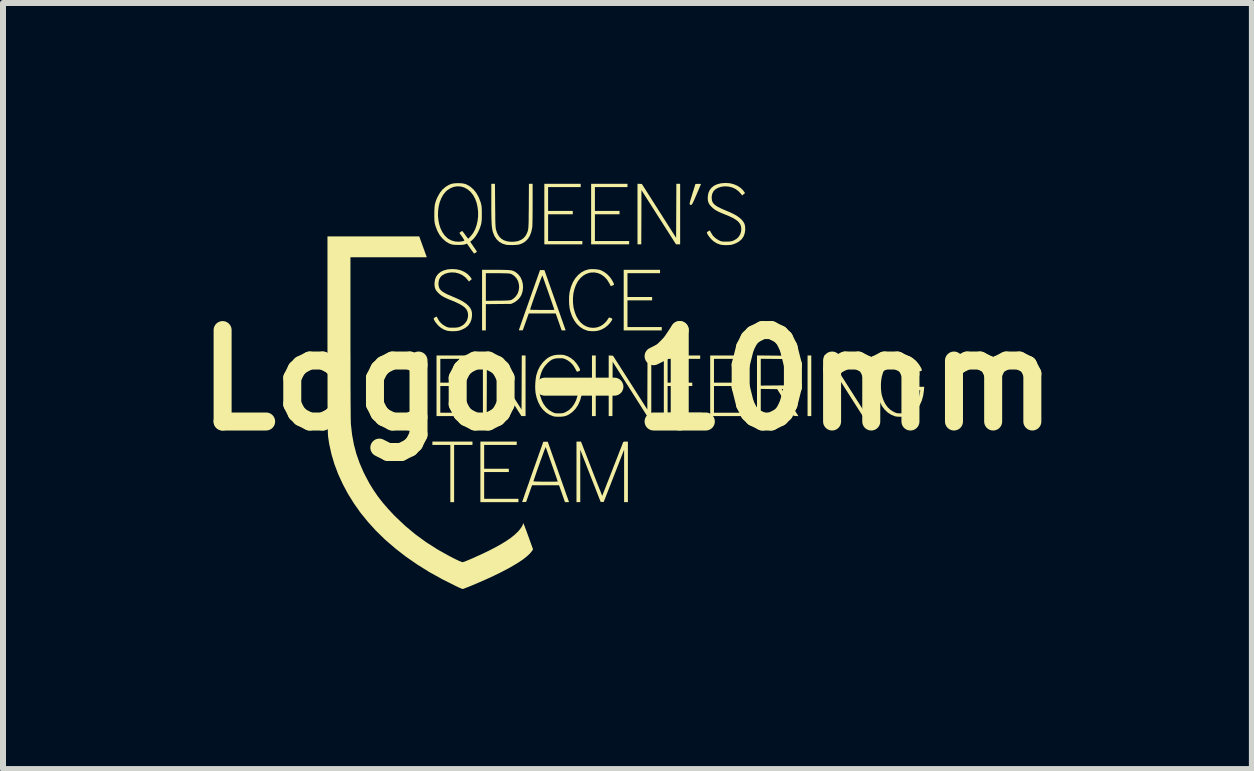
<source format=kicad_pcb>
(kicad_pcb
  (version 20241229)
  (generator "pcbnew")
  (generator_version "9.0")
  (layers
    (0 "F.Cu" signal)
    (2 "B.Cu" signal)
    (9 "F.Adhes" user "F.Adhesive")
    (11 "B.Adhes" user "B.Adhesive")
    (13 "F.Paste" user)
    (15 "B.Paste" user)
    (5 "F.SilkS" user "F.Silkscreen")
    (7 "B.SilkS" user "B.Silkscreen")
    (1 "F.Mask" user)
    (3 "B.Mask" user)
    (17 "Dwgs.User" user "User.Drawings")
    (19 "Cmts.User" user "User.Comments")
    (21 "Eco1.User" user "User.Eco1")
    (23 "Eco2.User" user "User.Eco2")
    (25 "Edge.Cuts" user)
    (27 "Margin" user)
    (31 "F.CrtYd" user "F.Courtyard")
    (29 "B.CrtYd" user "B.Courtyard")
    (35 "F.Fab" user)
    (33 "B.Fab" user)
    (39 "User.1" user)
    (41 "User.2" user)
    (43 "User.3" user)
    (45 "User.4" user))
  (footprint "Logo-10mm"
    (layer "F.Cu")
    (at 7.41 3.287)
    (property "Reference" "Logo-10mm" (at 0 0 0) (layer "F.SilkS") (effects (font (size 1.524 1.524) (thickness 0.3))))
    (attr board_only exclude_from_pos_files exclude_from_bom)
    (fp_poly (pts (xy -0.529 0.599) (xy -0.592 0.599) (xy -0.592 -0.411) (xy -0.529 -0.411)) (stroke (width 0) (type solid)) (fill yes) (layer "F.SilkS"))
    (fp_poly (pts (xy 3.064 0.599) (xy 3.002 0.599) (xy 3.002 -0.411) (xy 3.064 -0.411)) (stroke (width 0) (type solid)) (fill yes) (layer "F.SilkS"))
    (fp_poly (pts (xy -2.584 1.08) (xy -2.89 1.08) (xy -2.89 2.034) (xy -2.953 2.034) (xy -2.953 1.08) (xy -3.252 1.08) (xy -3.252 1.024) (xy -2.584 1.024)) (stroke (width 0) (type solid)) (fill yes) (layer "F.SilkS"))
    (fp_poly (pts (xy -2.577 -0.355) (xy -3.12 -0.355) (xy -3.12 0.042) (xy -2.709 0.042) (xy -2.709 0.098) (xy -3.12 0.098) (xy -3.12 0.543) (xy -2.549 0.543) (xy -2.549 0.599) (xy -3.183 0.599) (xy -3.183 -0.411) (xy -2.577 -0.411)) (stroke (width 0) (type solid)) (fill yes) (layer "F.SilkS"))
    (fp_poly (pts (xy -2.337 -0.407) (xy -1.766 0.49) (xy -1.762 -0.411) (xy -1.699 -0.411) (xy -1.699 0.599) (xy -1.768 0.599) (xy -2.056 0.147) (xy -2.344 -0.306) (xy -2.345 0.147) (xy -2.347 0.599) (xy -2.41 0.599) (xy -2.41 -0.412)) (stroke (width 0) (type solid)) (fill yes) (layer "F.SilkS"))
    (fp_poly (pts (xy -1.846 1.08) (xy -2.389 1.08) (xy -2.389 1.477) (xy -1.978 1.477) (xy -1.978 1.532) (xy -2.389 1.532) (xy -2.389 1.978) (xy -1.818 1.978) (xy -1.818 2.034) (xy -2.452 2.034) (xy -2.452 1.024) (xy -1.846 1.024)) (stroke (width 0) (type solid)) (fill yes) (layer "F.SilkS"))
    (fp_poly (pts (xy -0.78 -3.218) (xy -1.323 -3.218) (xy -1.323 -2.821) (xy -0.912 -2.821) (xy -0.912 -2.765) (xy -1.323 -2.765) (xy -1.323 -2.319) (xy -0.752 -2.319) (xy -0.752 -2.264) (xy -1.386 -2.264) (xy -1.386 -3.273) (xy -0.78 -3.273)) (stroke (width 0) (type solid)) (fill yes) (layer "F.SilkS"))
    (fp_poly (pts (xy 0 -3.218) (xy -0.543 -3.218) (xy -0.543 -2.821) (xy -0.132 -2.821) (xy -0.132 -2.765) (xy -0.543 -2.765) (xy -0.543 -2.319) (xy 0.028 -2.319) (xy 0.028 -2.264) (xy -0.606 -2.264) (xy -0.606 -3.273) (xy 0 -3.273)) (stroke (width 0) (type solid)) (fill yes) (layer "F.SilkS"))
    (fp_poly (pts (xy 0.543 -1.783) (xy 0 -1.783) (xy 0 -1.386) (xy 0.411 -1.386) (xy 0.411 -1.33) (xy 0 -1.33) (xy 0 -0.885) (xy 0.571 -0.885) (xy 0.571 -0.829) (xy -0.063 -0.829) (xy -0.063 -1.839) (xy 0.543 -1.839)) (stroke (width 0) (type solid)) (fill yes) (layer "F.SilkS"))
    (fp_poly (pts (xy 1.212 -0.355) (xy 0.669 -0.355) (xy 0.669 0.042) (xy 1.08 0.042) (xy 1.08 0.098) (xy 0.669 0.098) (xy 0.669 0.543) (xy 1.24 0.543) (xy 1.24 0.599) (xy 0.606 0.599) (xy 0.606 -0.411) (xy 1.212 -0.411)) (stroke (width 0) (type solid)) (fill yes) (layer "F.SilkS"))
    (fp_poly (pts (xy 1.985 -0.355) (xy 1.442 -0.355) (xy 1.442 0.042) (xy 1.853 0.042) (xy 1.853 0.098) (xy 1.442 0.098) (xy 1.442 0.543) (xy 2.013 0.543) (xy 2.013 0.599) (xy 1.379 0.599) (xy 1.379 -0.411) (xy 1.985 -0.411)) (stroke (width 0) (type solid)) (fill yes) (layer "F.SilkS"))
    (fp_poly (pts (xy 3.353 -0.407) (xy 3.925 0.49) (xy 3.928 -0.411) (xy 3.991 -0.411) (xy 3.991 0.599) (xy 3.922 0.599) (xy 3.634 0.147) (xy 3.347 -0.306) (xy 3.345 0.147) (xy 3.343 0.599) (xy 3.28 0.599) (xy 3.28 -0.412)) (stroke (width 0) (type solid)) (fill yes) (layer "F.SilkS"))
    (fp_poly (pts (xy -0.241 -0.407) (xy 0.045 0.041) (xy 0.331 0.49) (xy 0.334 -0.411) (xy 0.397 -0.411) (xy 0.397 0.599) (xy 0.328 0.599) (xy 0.041 0.147) (xy -0.247 -0.306) (xy -0.249 0.147) (xy -0.251 0.599) (xy -0.313 0.599) (xy -0.313 -0.412)) (stroke (width 0) (type solid)) (fill yes) (layer "F.SilkS"))
    (fp_poly (pts (xy 0.204 -3.272) (xy 0.24 -3.27) (xy 0.811 -2.372) (xy 0.813 -2.823) (xy 0.815 -3.273) (xy 0.878 -3.273) (xy 0.878 -2.264) (xy 0.809 -2.264) (xy 0.521 -2.716) (xy 0.233 -3.168) (xy 0.232 -2.716) (xy 0.23 -2.264) (xy 0.167 -2.264) (xy 0.167 -3.274)) (stroke (width 0) (type solid)) (fill yes) (layer "F.SilkS"))
    (fp_poly (pts (xy 1.222 -3.27) (xy 1.225 -3.267) (xy 1.221 -3.259) (xy 1.213 -3.24) (xy 1.201 -3.211) (xy 1.186 -3.175) (xy 1.168 -3.133) (xy 1.149 -3.089) (xy 1.126 -3.036) (xy 1.108 -2.995) (xy 1.093 -2.964) (xy 1.082 -2.942) (xy 1.073 -2.928) (xy 1.064 -2.921) (xy 1.057 -2.92) (xy 1.049 -2.922) (xy 1.042 -2.927) (xy 1.038 -2.931) (xy 1.036 -2.936) (xy 1.036 -2.945) (xy 1.039 -2.959) (xy 1.044 -2.979) (xy 1.052 -3.008) (xy 1.064 -3.047) (xy 1.079 -3.097) (xy 1.081 -3.103) (xy 1.133 -3.27) (xy 1.18 -3.272) (xy 1.207 -3.272)) (stroke (width 0) (type solid)) (fill yes) (layer "F.SilkS"))
    (fp_poly (pts (xy -0.599 1.477) (xy -0.57 1.552) (xy -0.542 1.623) (xy -0.516 1.69) (xy -0.492 1.75) (xy -0.471 1.803) (xy -0.453 1.848) (xy -0.439 1.884) (xy -0.429 1.91) (xy -0.423 1.925) (xy -0.421 1.928) (xy -0.418 1.921) (xy -0.411 1.903) (xy -0.4 1.874) (xy -0.385 1.837) (xy -0.367 1.791) (xy -0.347 1.739) (xy -0.324 1.681) (xy -0.3 1.62) (xy -0.275 1.555) (xy -0.249 1.489) (xy -0.224 1.423) (xy -0.198 1.358) (xy -0.174 1.296) (xy -0.151 1.237) (xy -0.13 1.182) (xy -0.111 1.134) (xy -0.095 1.094) (xy -0.083 1.062) (xy -0.075 1.04) (xy -0.073 1.036) (xy -0.067 1.029) (xy -0.053 1.025) (xy -0.031 1.024) (xy 0.007 1.024) (xy 0.007 2.034) (xy -0.056 2.034) (xy -0.056 1.597) (xy -0.056 1.16) (xy -0.226 1.595) (xy -0.396 2.03) (xy -0.447 2.03) (xy -0.617 1.595) (xy -0.787 1.16) (xy -0.787 1.597) (xy -0.787 2.034) (xy -0.85 2.034) (xy -0.85 1.024) (xy -0.775 1.024)) (stroke (width 0) (type solid)) (fill yes) (layer "F.SilkS"))
    (fp_poly (pts (xy -2.123 -1.839) (xy -2.066 -1.838) (xy -2.02 -1.837) (xy -1.983 -1.835) (xy -1.954 -1.833) (xy -1.93 -1.829) (xy -1.91 -1.823) (xy -1.893 -1.816) (xy -1.877 -1.808) (xy -1.86 -1.797) (xy -1.855 -1.793) (xy -1.814 -1.757) (xy -1.781 -1.711) (xy -1.758 -1.658) (xy -1.744 -1.601) (xy -1.741 -1.542) (xy -1.748 -1.482) (xy -1.766 -1.425) (xy -1.77 -1.416) (xy -1.796 -1.374) (xy -1.832 -1.335) (xy -1.873 -1.304) (xy -1.896 -1.291) (xy -1.94 -1.271) (xy -2.15 -1.269) (xy -2.361 -1.267) (xy -2.361 -0.829) (xy -2.424 -0.829) (xy -2.424 -1.783) (xy -2.361 -1.783) (xy -2.361 -1.322) (xy -2.161 -1.325) (xy -2.101 -1.325) (xy -2.053 -1.326) (xy -2.015 -1.327) (xy -1.987 -1.329) (xy -1.966 -1.331) (xy -1.951 -1.333) (xy -1.94 -1.336) (xy -1.935 -1.338) (xy -1.898 -1.361) (xy -1.864 -1.394) (xy -1.837 -1.433) (xy -1.831 -1.444) (xy -1.813 -1.497) (xy -1.806 -1.55) (xy -1.811 -1.603) (xy -1.825 -1.652) (xy -1.85 -1.697) (xy -1.883 -1.734) (xy -1.924 -1.763) (xy -1.948 -1.773) (xy -1.961 -1.776) (xy -1.981 -1.778) (xy -2.009 -1.78) (xy -2.047 -1.781) (xy -2.096 -1.782) (xy -2.157 -1.783) (xy -2.168 -1.783) (xy -2.361 -1.783) (xy -2.424 -1.783) (xy -2.424 -1.839) (xy -2.191 -1.839)) (stroke (width 0) (type solid)) (fill yes) (layer "F.SilkS"))
    (fp_poly (pts (xy 2.65 -0.407) (xy 2.696 -0.385) (xy 2.741 -0.357) (xy 2.777 -0.322) (xy 2.807 -0.276) (xy 2.816 -0.259) (xy 2.826 -0.238) (xy 2.832 -0.22) (xy 2.836 -0.202) (xy 2.838 -0.179) (xy 2.838 -0.148) (xy 2.838 -0.132) (xy 2.838 -0.097) (xy 2.837 -0.072) (xy 2.834 -0.052) (xy 2.829 -0.036) (xy 2.821 -0.017) (xy 2.816 -0.006) (xy 2.784 0.044) (xy 2.742 0.086) (xy 2.693 0.118) (xy 2.639 0.139) (xy 2.61 0.145) (xy 2.571 0.15) (xy 2.672 0.313) (xy 2.701 0.36) (xy 2.73 0.407) (xy 2.756 0.45) (xy 2.78 0.489) (xy 2.799 0.52) (xy 2.811 0.538) (xy 2.849 0.6) (xy 2.81 0.598) (xy 2.77 0.595) (xy 2.496 0.15) (xy 2.359 0.148) (xy 2.222 0.146) (xy 2.222 0.599) (xy 2.159 0.599) (xy 2.159 -0.356) (xy 2.222 -0.356) (xy 2.222 0.091) (xy 2.425 0.089) (xy 2.629 0.087) (xy 2.665 0.068) (xy 2.701 0.044) (xy 2.729 0.014) (xy 2.753 -0.027) (xy 2.757 -0.035) (xy 2.767 -0.058) (xy 2.772 -0.081) (xy 2.774 -0.108) (xy 2.775 -0.132) (xy 2.774 -0.166) (xy 2.771 -0.191) (xy 2.764 -0.213) (xy 2.757 -0.23) (xy 2.733 -0.273) (xy 2.705 -0.305) (xy 2.671 -0.33) (xy 2.665 -0.333) (xy 2.629 -0.352) (xy 2.425 -0.354) (xy 2.222 -0.356) (xy 2.159 -0.356) (xy 2.159 -0.412)) (stroke (width 0) (type solid)) (fill yes) (layer "F.SilkS"))
    (fp_poly (pts (xy -2.206 -2.913) (xy -2.205 -2.83) (xy -2.204 -2.76) (xy -2.204 -2.702) (xy -2.203 -2.654) (xy -2.202 -2.615) (xy -2.2 -2.583) (xy -2.199 -2.559) (xy -2.197 -2.539) (xy -2.195 -2.524) (xy -2.192 -2.512) (xy -2.192 -2.509) (xy -2.171 -2.448) (xy -2.143 -2.399) (xy -2.107 -2.361) (xy -2.063 -2.333) (xy -2.01 -2.315) (xy -1.953 -2.307) (xy -1.885 -2.308) (xy -1.825 -2.318) (xy -1.773 -2.339) (xy -1.73 -2.369) (xy -1.697 -2.409) (xy -1.687 -2.427) (xy -1.679 -2.444) (xy -1.672 -2.459) (xy -1.666 -2.474) (xy -1.661 -2.49) (xy -1.657 -2.508) (xy -1.654 -2.529) (xy -1.651 -2.556) (xy -1.65 -2.588) (xy -1.648 -2.628) (xy -1.647 -2.676) (xy -1.647 -2.735) (xy -1.646 -2.804) (xy -1.645 -2.886) (xy -1.645 -2.903) (xy -1.643 -3.273) (xy -1.581 -3.273) (xy -1.581 -2.93) (xy -1.581 -2.858) (xy -1.582 -2.789) (xy -1.582 -2.725) (xy -1.583 -2.669) (xy -1.584 -2.621) (xy -1.585 -2.582) (xy -1.587 -2.555) (xy -1.588 -2.542) (xy -1.604 -2.469) (xy -1.628 -2.406) (xy -1.66 -2.355) (xy -1.7 -2.314) (xy -1.749 -2.283) (xy -1.781 -2.269) (xy -1.804 -2.262) (xy -1.83 -2.257) (xy -1.862 -2.254) (xy -1.904 -2.252) (xy -1.908 -2.252) (xy -1.945 -2.252) (xy -1.979 -2.253) (xy -2.008 -2.254) (xy -2.025 -2.257) (xy -2.086 -2.276) (xy -2.138 -2.306) (xy -2.181 -2.347) (xy -2.216 -2.399) (xy -2.238 -2.452) (xy -2.246 -2.476) (xy -2.252 -2.501) (xy -2.256 -2.529) (xy -2.261 -2.562) (xy -2.264 -2.601) (xy -2.266 -2.646) (xy -2.268 -2.7) (xy -2.269 -2.764) (xy -2.27 -2.838) (xy -2.27 -2.925) (xy -2.27 -2.961) (xy -2.27 -3.273) (xy -2.209 -3.273)) (stroke (width 0) (type solid)) (fill yes) (layer "F.SilkS"))
    (fp_poly (pts (xy -1.208 -1.334) (xy -1.18 -1.254) (xy -1.153 -1.178) (xy -1.128 -1.107) (xy -1.105 -1.041) (xy -1.084 -0.983) (xy -1.067 -0.933) (xy -1.052 -0.891) (xy -1.041 -0.86) (xy -1.034 -0.839) (xy -1.031 -0.831) (xy -1.031 -0.831) (xy -1.037 -0.83) (xy -1.053 -0.829) (xy -1.064 -0.829) (xy -1.097 -0.829) (xy -1.196 -1.111) (xy -1.646 -1.111) (xy -1.745 -0.832) (xy -1.778 -0.83) (xy -1.797 -0.83) (xy -1.809 -0.832) (xy -1.81 -0.834) (xy -1.808 -0.841) (xy -1.802 -0.86) (xy -1.791 -0.891) (xy -1.777 -0.931) (xy -1.76 -0.981) (xy -1.739 -1.039) (xy -1.717 -1.103) (xy -1.692 -1.174) (xy -1.691 -1.175) (xy -1.623 -1.175) (xy -1.616 -1.174) (xy -1.598 -1.173) (xy -1.57 -1.172) (xy -1.534 -1.171) (xy -1.493 -1.171) (xy -1.448 -1.17) (xy -1.402 -1.17) (xy -1.357 -1.17) (xy -1.315 -1.17) (xy -1.278 -1.17) (xy -1.249 -1.171) (xy -1.228 -1.172) (xy -1.219 -1.173) (xy -1.219 -1.173) (xy -1.221 -1.181) (xy -1.227 -1.199) (xy -1.237 -1.228) (xy -1.25 -1.265) (xy -1.265 -1.308) (xy -1.282 -1.357) (xy -1.3 -1.408) (xy -1.318 -1.461) (xy -1.337 -1.514) (xy -1.355 -1.565) (xy -1.372 -1.613) (xy -1.387 -1.656) (xy -1.4 -1.693) (xy -1.41 -1.721) (xy -1.417 -1.739) (xy -1.419 -1.745) (xy -1.422 -1.74) (xy -1.429 -1.724) (xy -1.439 -1.697) (xy -1.453 -1.662) (xy -1.468 -1.621) (xy -1.485 -1.574) (xy -1.503 -1.524) (xy -1.522 -1.471) (xy -1.541 -1.419) (xy -1.559 -1.367) (xy -1.576 -1.319) (xy -1.591 -1.275) (xy -1.604 -1.237) (xy -1.614 -1.207) (xy -1.62 -1.186) (xy -1.623 -1.176) (xy -1.623 -1.175) (xy -1.691 -1.175) (xy -1.665 -1.249) (xy -1.637 -1.329) (xy -1.634 -1.337) (xy -1.458 -1.835) (xy -1.385 -1.835)) (stroke (width 0) (type solid)) (fill yes) (layer "F.SilkS"))
    (fp_poly (pts (xy -1.152 1.529) (xy -1.124 1.609) (xy -1.097 1.685) (xy -1.072 1.756) (xy -1.049 1.821) (xy -1.029 1.879) (xy -1.011 1.93) (xy -0.996 1.971) (xy -0.985 2.003) (xy -0.978 2.023) (xy -0.975 2.032) (xy -0.975 2.032) (xy -0.981 2.033) (xy -0.997 2.034) (xy -1.008 2.034) (xy -1.042 2.034) (xy -1.091 1.893) (xy -1.141 1.752) (xy -1.591 1.752) (xy -1.64 1.891) (xy -1.689 2.03) (xy -1.722 2.032) (xy -1.741 2.032) (xy -1.753 2.031) (xy -1.755 2.029) (xy -1.752 2.022) (xy -1.746 2.002) (xy -1.735 1.972) (xy -1.721 1.931) (xy -1.704 1.881) (xy -1.684 1.824) (xy -1.661 1.759) (xy -1.636 1.689) (xy -1.636 1.687) (xy -1.567 1.687) (xy -1.561 1.688) (xy -1.542 1.689) (xy -1.514 1.69) (xy -1.478 1.691) (xy -1.437 1.692) (xy -1.392 1.692) (xy -1.347 1.692) (xy -1.302 1.692) (xy -1.26 1.692) (xy -1.223 1.692) (xy -1.193 1.691) (xy -1.172 1.691) (xy -1.163 1.69) (xy -1.163 1.689) (xy -1.165 1.682) (xy -1.172 1.663) (xy -1.181 1.634) (xy -1.194 1.598) (xy -1.209 1.554) (xy -1.226 1.506) (xy -1.244 1.454) (xy -1.263 1.401) (xy -1.281 1.348) (xy -1.299 1.297) (xy -1.316 1.249) (xy -1.331 1.206) (xy -1.344 1.17) (xy -1.354 1.142) (xy -1.361 1.124) (xy -1.364 1.117) (xy -1.367 1.122) (xy -1.373 1.139) (xy -1.384 1.165) (xy -1.397 1.2) (xy -1.412 1.242) (xy -1.429 1.289) (xy -1.448 1.339) (xy -1.466 1.391) (xy -1.485 1.444) (xy -1.503 1.495) (xy -1.52 1.544) (xy -1.535 1.588) (xy -1.548 1.626) (xy -1.558 1.656) (xy -1.565 1.677) (xy -1.567 1.687) (xy -1.567 1.687) (xy -1.636 1.687) (xy -1.61 1.613) (xy -1.582 1.534) (xy -1.579 1.525) (xy -1.403 1.027) (xy -1.329 1.027)) (stroke (width 0) (type solid)) (fill yes) (layer "F.SilkS"))
    (fp_poly (pts (xy -0.513 -1.847) (xy -0.469 -1.84) (xy -0.444 -1.832) (xy -0.394 -1.807) (xy -0.346 -1.772) (xy -0.304 -1.731) (xy -0.288 -1.712) (xy -0.266 -1.68) (xy -0.248 -1.65) (xy -0.234 -1.623) (xy -0.226 -1.603) (xy -0.225 -1.592) (xy -0.233 -1.585) (xy -0.25 -1.577) (xy -0.253 -1.576) (xy -0.279 -1.568) (xy -0.304 -1.617) (xy -0.341 -1.676) (xy -0.385 -1.723) (xy -0.435 -1.759) (xy -0.489 -1.783) (xy -0.547 -1.795) (xy -0.607 -1.794) (xy -0.641 -1.787) (xy -0.693 -1.769) (xy -0.738 -1.742) (xy -0.782 -1.704) (xy -0.784 -1.702) (xy -0.827 -1.648) (xy -0.86 -1.585) (xy -0.885 -1.516) (xy -0.902 -1.442) (xy -0.909 -1.365) (xy -0.908 -1.287) (xy -0.899 -1.21) (xy -0.88 -1.137) (xy -0.854 -1.068) (xy -0.818 -1.007) (xy -0.78 -0.961) (xy -0.732 -0.92) (xy -0.679 -0.892) (xy -0.623 -0.876) (xy -0.566 -0.872) (xy -0.509 -0.879) (xy -0.455 -0.898) (xy -0.405 -0.929) (xy -0.36 -0.971) (xy -0.337 -1.001) (xy -0.324 -1.021) (xy -0.313 -1.037) (xy -0.309 -1.044) (xy -0.309 -1.044) (xy -0.302 -1.044) (xy -0.288 -1.04) (xy -0.271 -1.033) (xy -0.258 -1.027) (xy -0.254 -1.023) (xy -0.254 -1.012) (xy -0.263 -0.994) (xy -0.278 -0.971) (xy -0.298 -0.945) (xy -0.322 -0.92) (xy -0.323 -0.918) (xy -0.375 -0.875) (xy -0.434 -0.843) (xy -0.484 -0.826) (xy -0.521 -0.819) (xy -0.564 -0.816) (xy -0.609 -0.817) (xy -0.649 -0.821) (xy -0.669 -0.825) (xy -0.734 -0.85) (xy -0.793 -0.888) (xy -0.845 -0.937) (xy -0.889 -0.997) (xy -0.925 -1.067) (xy -0.953 -1.147) (xy -0.955 -1.153) (xy -0.965 -1.204) (xy -0.972 -1.264) (xy -0.974 -1.328) (xy -0.973 -1.392) (xy -0.967 -1.45) (xy -0.963 -1.477) (xy -0.94 -1.56) (xy -0.909 -1.634) (xy -0.87 -1.698) (xy -0.823 -1.752) (xy -0.77 -1.796) (xy -0.71 -1.828) (xy -0.65 -1.846) (xy -0.609 -1.851) (xy -0.561 -1.851)) (stroke (width 0) (type solid)) (fill yes) (layer "F.SilkS"))
    (fp_poly (pts (xy -1.098 -0.423) (xy -1.058 -0.419) (xy -1.052 -0.417) (xy -0.994 -0.397) (xy -0.939 -0.365) (xy -0.888 -0.323) (xy -0.845 -0.272) (xy -0.823 -0.239) (xy -0.805 -0.208) (xy -0.794 -0.186) (xy -0.79 -0.171) (xy -0.792 -0.161) (xy -0.801 -0.154) (xy -0.811 -0.15) (xy -0.828 -0.143) (xy -0.84 -0.14) (xy -0.841 -0.14) (xy -0.846 -0.146) (xy -0.855 -0.161) (xy -0.867 -0.183) (xy -0.868 -0.187) (xy -0.904 -0.246) (xy -0.948 -0.294) (xy -1 -0.332) (xy -1.015 -0.339) (xy -1.041 -0.352) (xy -1.061 -0.359) (xy -1.08 -0.364) (xy -1.103 -0.365) (xy -1.135 -0.365) (xy -1.185 -0.363) (xy -1.226 -0.355) (xy -1.262 -0.34) (xy -1.296 -0.317) (xy -1.333 -0.284) (xy -1.338 -0.279) (xy -1.379 -0.233) (xy -1.411 -0.184) (xy -1.436 -0.128) (xy -1.456 -0.063) (xy -1.457 -0.059) (xy -1.467 0.000286) (xy -1.472 0.067) (xy -1.472 0.136) (xy -1.466 0.202) (xy -1.457 0.253) (xy -1.432 0.33) (xy -1.4 0.396) (xy -1.359 0.452) (xy -1.311 0.497) (xy -1.262 0.527) (xy -1.236 0.54) (xy -1.216 0.548) (xy -1.197 0.552) (xy -1.173 0.553) (xy -1.143 0.554) (xy -1.11 0.553) (xy -1.086 0.551) (xy -1.066 0.547) (xy -1.045 0.539) (xy -1.028 0.531) (xy -0.974 0.498) (xy -0.927 0.453) (xy -0.887 0.397) (xy -0.855 0.332) (xy -0.832 0.257) (xy -0.82 0.193) (xy -0.816 0.167) (xy -1.093 0.167) (xy -1.093 0.111) (xy -0.75 0.111) (xy -0.755 0.169) (xy -0.768 0.26) (xy -0.791 0.342) (xy -0.824 0.415) (xy -0.866 0.478) (xy -0.918 0.531) (xy -0.935 0.544) (xy -0.975 0.572) (xy -1.013 0.591) (xy -1.054 0.603) (xy -1.102 0.609) (xy -1.128 0.61) (xy -1.18 0.61) (xy -1.22 0.606) (xy -1.235 0.603) (xy -1.3 0.577) (xy -1.358 0.54) (xy -1.41 0.491) (xy -1.454 0.432) (xy -1.489 0.364) (xy -1.516 0.288) (xy -1.533 0.209) (xy -1.537 0.158) (xy -1.538 0.1) (xy -1.536 0.039) (xy -1.53 -0.019) (xy -1.522 -0.07) (xy -1.519 -0.084) (xy -1.493 -0.163) (xy -1.458 -0.232) (xy -1.413 -0.293) (xy -1.393 -0.314) (xy -1.35 -0.354) (xy -1.308 -0.383) (xy -1.264 -0.403) (xy -1.228 -0.414) (xy -1.19 -0.421) (xy -1.144 -0.424)) (stroke (width 0) (type solid)) (fill yes) (layer "F.SilkS"))
    (fp_poly (pts (xy 4.599 -0.423) (xy 4.639 -0.419) (xy 4.645 -0.417) (xy 4.703 -0.397) (xy 4.758 -0.365) (xy 4.809 -0.323) (xy 4.852 -0.272) (xy 4.874 -0.239) (xy 4.892 -0.208) (xy 4.903 -0.186) (xy 4.907 -0.171) (xy 4.905 -0.161) (xy 4.896 -0.154) (xy 4.886 -0.15) (xy 4.869 -0.143) (xy 4.858 -0.14) (xy 4.856 -0.14) (xy 4.851 -0.146) (xy 4.842 -0.161) (xy 4.83 -0.183) (xy 4.829 -0.187) (xy 4.793 -0.246) (xy 4.749 -0.294) (xy 4.697 -0.332) (xy 4.682 -0.339) (xy 4.656 -0.352) (xy 4.636 -0.359) (xy 4.617 -0.364) (xy 4.594 -0.365) (xy 4.562 -0.365) (xy 4.512 -0.363) (xy 4.471 -0.355) (xy 4.435 -0.34) (xy 4.401 -0.317) (xy 4.364 -0.284) (xy 4.359 -0.279) (xy 4.318 -0.233) (xy 4.286 -0.184) (xy 4.261 -0.128) (xy 4.241 -0.063) (xy 4.24 -0.059) (xy 4.23 0.000286) (xy 4.225 0.067) (xy 4.225 0.136) (xy 4.231 0.202) (xy 4.24 0.253) (xy 4.265 0.33) (xy 4.297 0.396) (xy 4.338 0.452) (xy 4.386 0.497) (xy 4.435 0.527) (xy 4.461 0.54) (xy 4.481 0.548) (xy 4.501 0.552) (xy 4.524 0.553) (xy 4.555 0.554) (xy 4.587 0.553) (xy 4.611 0.551) (xy 4.631 0.547) (xy 4.652 0.539) (xy 4.669 0.531) (xy 4.723 0.498) (xy 4.77 0.453) (xy 4.81 0.397) (xy 4.842 0.332) (xy 4.865 0.257) (xy 4.878 0.193) (xy 4.881 0.167) (xy 4.604 0.167) (xy 4.604 0.111) (xy 4.947 0.111) (xy 4.942 0.169) (xy 4.929 0.26) (xy 4.906 0.342) (xy 4.873 0.415) (xy 4.831 0.478) (xy 4.779 0.531) (xy 4.762 0.544) (xy 4.722 0.572) (xy 4.684 0.591) (xy 4.643 0.603) (xy 4.595 0.609) (xy 4.569 0.61) (xy 4.517 0.61) (xy 4.478 0.606) (xy 4.462 0.603) (xy 4.397 0.577) (xy 4.339 0.54) (xy 4.287 0.491) (xy 4.243 0.432) (xy 4.208 0.364) (xy 4.181 0.288) (xy 4.164 0.209) (xy 4.16 0.158) (xy 4.159 0.1) (xy 4.161 0.039) (xy 4.167 -0.019) (xy 4.175 -0.07) (xy 4.178 -0.084) (xy 4.204 -0.163) (xy 4.239 -0.232) (xy 4.284 -0.293) (xy 4.304 -0.314) (xy 4.347 -0.354) (xy 4.389 -0.383) (xy 4.433 -0.403) (xy 4.469 -0.414) (xy 4.508 -0.421) (xy 4.553 -0.424)) (stroke (width 0) (type solid)) (fill yes) (layer "F.SilkS"))
    (fp_poly (pts (xy -2.846 -1.847) (xy -2.779 -1.831) (xy -2.719 -1.805) (xy -2.667 -1.77) (xy -2.625 -1.727) (xy -2.616 -1.714) (xy -2.595 -1.684) (xy -2.619 -1.664) (xy -2.643 -1.644) (xy -2.657 -1.663) (xy -2.7 -1.712) (xy -2.751 -1.75) (xy -2.808 -1.777) (xy -2.871 -1.793) (xy -2.936 -1.796) (xy -2.989 -1.789) (xy -3.044 -1.772) (xy -3.088 -1.747) (xy -3.12 -1.715) (xy -3.141 -1.674) (xy -3.15 -1.627) (xy -3.151 -1.612) (xy -3.149 -1.579) (xy -3.142 -1.549) (xy -3.131 -1.523) (xy -3.112 -1.5) (xy -3.085 -1.477) (xy -3.05 -1.455) (xy -3.004 -1.431) (xy -2.946 -1.406) (xy -2.907 -1.389) (xy -2.835 -1.358) (xy -2.775 -1.329) (xy -2.726 -1.3) (xy -2.685 -1.271) (xy -2.653 -1.241) (xy -2.65 -1.238) (xy -2.621 -1.203) (xy -2.603 -1.167) (xy -2.593 -1.128) (xy -2.592 -1.081) (xy -2.592 -1.07) (xy -2.601 -1.011) (xy -2.62 -0.961) (xy -2.65 -0.917) (xy -2.664 -0.902) (xy -2.702 -0.872) (xy -2.748 -0.847) (xy -2.798 -0.828) (xy -2.819 -0.823) (xy -2.853 -0.818) (xy -2.893 -0.816) (xy -2.936 -0.816) (xy -2.976 -0.819) (xy -3.007 -0.824) (xy -3.01 -0.825) (xy -3.065 -0.845) (xy -3.112 -0.874) (xy -3.152 -0.908) (xy -3.175 -0.934) (xy -3.197 -0.961) (xy -3.215 -0.988) (xy -3.227 -1.011) (xy -3.232 -1.027) (xy -3.232 -1.027) (xy -3.226 -1.034) (xy -3.214 -1.043) (xy -3.199 -1.052) (xy -3.186 -1.058) (xy -3.18 -1.058) (xy -3.176 -1.051) (xy -3.167 -1.035) (xy -3.159 -1.018) (xy -3.128 -0.971) (xy -3.086 -0.93) (xy -3.035 -0.898) (xy -3.031 -0.896) (xy -3.009 -0.886) (xy -2.991 -0.88) (xy -2.973 -0.876) (xy -2.95 -0.875) (xy -2.919 -0.875) (xy -2.908 -0.875) (xy -2.869 -0.875) (xy -2.84 -0.878) (xy -2.816 -0.882) (xy -2.794 -0.89) (xy -2.792 -0.89) (xy -2.743 -0.916) (xy -2.705 -0.951) (xy -2.677 -0.993) (xy -2.661 -1.042) (xy -2.657 -1.083) (xy -2.661 -1.12) (xy -2.671 -1.155) (xy -2.689 -1.186) (xy -2.717 -1.215) (xy -2.755 -1.243) (xy -2.803 -1.271) (xy -2.864 -1.3) (xy -2.928 -1.327) (xy -2.986 -1.35) (xy -3.032 -1.371) (xy -3.07 -1.39) (xy -3.101 -1.409) (xy -3.128 -1.43) (xy -3.152 -1.452) (xy -3.183 -1.486) (xy -3.203 -1.519) (xy -3.214 -1.556) (xy -3.217 -1.599) (xy -3.216 -1.625) (xy -3.207 -1.682) (xy -3.186 -1.731) (xy -3.154 -1.773) (xy -3.112 -1.806) (xy -3.06 -1.83) (xy -2.999 -1.846) (xy -2.928 -1.852) (xy -2.916 -1.852)) (stroke (width 0) (type solid)) (fill yes) (layer "F.SilkS"))
    (fp_poly (pts (xy 1.709 -3.282) (xy 1.775 -3.265) (xy 1.835 -3.239) (xy 1.888 -3.204) (xy 1.93 -3.161) (xy 1.939 -3.148) (xy 1.96 -3.119) (xy 1.936 -3.099) (xy 1.912 -3.079) (xy 1.898 -3.098) (xy 1.855 -3.146) (xy 1.804 -3.185) (xy 1.746 -3.212) (xy 1.684 -3.227) (xy 1.619 -3.231) (xy 1.566 -3.224) (xy 1.511 -3.207) (xy 1.467 -3.182) (xy 1.434 -3.149) (xy 1.414 -3.109) (xy 1.404 -3.062) (xy 1.404 -3.047) (xy 1.406 -3.013) (xy 1.412 -2.984) (xy 1.424 -2.958) (xy 1.443 -2.934) (xy 1.47 -2.912) (xy 1.505 -2.889) (xy 1.551 -2.866) (xy 1.609 -2.84) (xy 1.648 -2.824) (xy 1.72 -2.793) (xy 1.78 -2.764) (xy 1.829 -2.735) (xy 1.869 -2.706) (xy 1.902 -2.676) (xy 1.905 -2.673) (xy 1.934 -2.637) (xy 1.952 -2.602) (xy 1.961 -2.563) (xy 1.963 -2.516) (xy 1.963 -2.505) (xy 1.954 -2.446) (xy 1.935 -2.395) (xy 1.905 -2.351) (xy 1.891 -2.337) (xy 1.853 -2.307) (xy 1.807 -2.282) (xy 1.757 -2.263) (xy 1.736 -2.257) (xy 1.702 -2.253) (xy 1.661 -2.251) (xy 1.619 -2.251) (xy 1.579 -2.254) (xy 1.548 -2.259) (xy 1.545 -2.26) (xy 1.49 -2.28) (xy 1.442 -2.309) (xy 1.403 -2.343) (xy 1.38 -2.369) (xy 1.358 -2.396) (xy 1.34 -2.423) (xy 1.328 -2.445) (xy 1.323 -2.461) (xy 1.323 -2.461) (xy 1.329 -2.469) (xy 1.341 -2.478) (xy 1.356 -2.487) (xy 1.369 -2.493) (xy 1.375 -2.493) (xy 1.379 -2.485) (xy 1.387 -2.469) (xy 1.396 -2.453) (xy 1.427 -2.405) (xy 1.469 -2.365) (xy 1.519 -2.333) (xy 1.524 -2.331) (xy 1.546 -2.321) (xy 1.563 -2.315) (xy 1.582 -2.311) (xy 1.604 -2.31) (xy 1.636 -2.309) (xy 1.647 -2.309) (xy 1.686 -2.31) (xy 1.715 -2.313) (xy 1.739 -2.317) (xy 1.761 -2.324) (xy 1.763 -2.325) (xy 1.812 -2.351) (xy 1.85 -2.385) (xy 1.878 -2.428) (xy 1.894 -2.477) (xy 1.897 -2.517) (xy 1.894 -2.555) (xy 1.884 -2.589) (xy 1.865 -2.621) (xy 1.838 -2.65) (xy 1.8 -2.678) (xy 1.752 -2.706) (xy 1.691 -2.735) (xy 1.627 -2.761) (xy 1.569 -2.785) (xy 1.523 -2.805) (xy 1.485 -2.825) (xy 1.454 -2.844) (xy 1.427 -2.865) (xy 1.403 -2.887) (xy 1.372 -2.921) (xy 1.352 -2.954) (xy 1.341 -2.991) (xy 1.338 -3.034) (xy 1.339 -3.06) (xy 1.348 -3.117) (xy 1.369 -3.166) (xy 1.4 -3.207) (xy 1.443 -3.241) (xy 1.495 -3.265) (xy 1.556 -3.281) (xy 1.627 -3.287) (xy 1.639 -3.287)) (stroke (width 0) (type solid)) (fill yes) (layer "F.SilkS"))
    (fp_poly (pts (xy -3.408 -2.222) (xy -3.345 -2.048) (xy -4.618 -2.048) (xy -4.618 -0.701) (xy -4.618 -0.516) (xy -4.617 -0.343) (xy -4.617 -0.182) (xy -4.617 -0.034) (xy -4.617 0.102) (xy -4.616 0.226) (xy -4.616 0.336) (xy -4.615 0.434) (xy -4.614 0.519) (xy -4.614 0.59) (xy -4.613 0.648) (xy -4.612 0.693) (xy -4.611 0.724) (xy -4.61 0.739) (xy -4.591 0.908) (xy -4.561 1.07) (xy -4.52 1.227) (xy -4.466 1.381) (xy -4.4 1.534) (xy -4.364 1.605) (xy -4.301 1.723) (xy -4.233 1.833) (xy -4.161 1.938) (xy -4.081 2.041) (xy -3.992 2.144) (xy -3.893 2.25) (xy -3.862 2.281) (xy -3.702 2.432) (xy -3.532 2.573) (xy -3.352 2.704) (xy -3.162 2.825) (xy -2.963 2.936) (xy -2.901 2.968) (xy -2.85 2.993) (xy -2.81 3.012) (xy -2.781 3.024) (xy -2.76 3.032) (xy -2.747 3.034) (xy -2.744 3.034) (xy -2.727 3.029) (xy -2.7 3.019) (xy -2.664 3.004) (xy -2.621 2.986) (xy -2.572 2.965) (xy -2.52 2.941) (xy -2.466 2.917) (xy -2.412 2.892) (xy -2.36 2.867) (xy -2.312 2.844) (xy -2.298 2.837) (xy -2.193 2.782) (xy -2.1 2.73) (xy -2.019 2.68) (xy -1.949 2.632) (xy -1.888 2.584) (xy -1.837 2.536) (xy -1.822 2.521) (xy -1.795 2.489) (xy -1.771 2.457) (xy -1.753 2.427) (xy -1.743 2.403) (xy -1.741 2.391) (xy -1.741 2.385) (xy -1.738 2.384) (xy -1.734 2.39) (xy -1.728 2.404) (xy -1.718 2.426) (xy -1.706 2.459) (xy -1.69 2.501) (xy -1.67 2.555) (xy -1.651 2.607) (xy -1.574 2.821) (xy -1.594 2.851) (xy -1.628 2.892) (xy -1.675 2.936) (xy -1.735 2.984) (xy -1.807 3.033) (xy -1.892 3.085) (xy -1.988 3.14) (xy -2.095 3.196) (xy -2.213 3.254) (xy -2.342 3.314) (xy -2.481 3.375) (xy -2.597 3.424) (xy -2.638 3.441) (xy -2.676 3.456) (xy -2.708 3.468) (xy -2.731 3.477) (xy -2.745 3.482) (xy -2.747 3.482) (xy -2.755 3.479) (xy -2.775 3.472) (xy -2.802 3.46) (xy -2.835 3.445) (xy -2.864 3.431) (xy -3.087 3.319) (xy -3.3 3.201) (xy -3.502 3.075) (xy -3.693 2.943) (xy -3.872 2.804) (xy -4.039 2.66) (xy -4.194 2.509) (xy -4.197 2.506) (xy -4.328 2.361) (xy -4.45 2.211) (xy -4.56 2.055) (xy -4.659 1.896) (xy -4.746 1.733) (xy -4.822 1.568) (xy -4.885 1.401) (xy -4.935 1.233) (xy -4.972 1.065) (xy -4.99 0.947) (xy -4.991 0.936) (xy -4.992 0.923) (xy -4.993 0.908) (xy -4.994 0.888) (xy -4.995 0.866) (xy -4.996 0.838) (xy -4.996 0.806) (xy -4.997 0.769) (xy -4.998 0.725) (xy -4.998 0.675) (xy -4.999 0.618) (xy -4.999 0.553) (xy -4.999 0.48) (xy -5 0.399) (xy -5 0.308) (xy -5 0.208) (xy -5 0.097) (xy -5 -0.024) (xy -5 -0.157) (xy -5.001 -0.302) (xy -5.001 -0.459) (xy -5.001 -0.629) (xy -5.001 -0.768) (xy -5.001 -2.396) (xy -3.471 -2.396)) (stroke (width 0) (type solid)) (fill yes) (layer "F.SilkS"))
    (fp_poly (pts (xy -2.821 -3.284) (xy -2.768 -3.282) (xy -2.726 -3.276) (xy -2.688 -3.264) (xy -2.651 -3.245) (xy -2.616 -3.222) (xy -2.564 -3.176) (xy -2.519 -3.119) (xy -2.481 -3.052) (xy -2.451 -2.975) (xy -2.443 -2.95) (xy -2.438 -2.927) (xy -2.433 -2.905) (xy -2.431 -2.881) (xy -2.429 -2.852) (xy -2.428 -2.814) (xy -2.428 -2.768) (xy -2.428 -2.721) (xy -2.429 -2.684) (xy -2.431 -2.655) (xy -2.434 -2.631) (xy -2.438 -2.609) (xy -2.443 -2.587) (xy -2.465 -2.522) (xy -2.494 -2.46) (xy -2.528 -2.404) (xy -2.565 -2.357) (xy -2.596 -2.328) (xy -2.622 -2.307) (xy -2.573 -2.236) (xy -2.554 -2.208) (xy -2.536 -2.182) (xy -2.523 -2.163) (xy -2.516 -2.153) (xy -2.511 -2.143) (xy -2.515 -2.136) (xy -2.529 -2.126) (xy -2.53 -2.125) (xy -2.546 -2.116) (xy -2.556 -2.111) (xy -2.557 -2.11) (xy -2.562 -2.116) (xy -2.573 -2.131) (xy -2.589 -2.153) (xy -2.609 -2.18) (xy -2.618 -2.193) (xy -2.676 -2.276) (xy -2.705 -2.265) (xy -2.726 -2.259) (xy -2.755 -2.256) (xy -2.794 -2.254) (xy -2.821 -2.254) (xy -2.872 -2.255) (xy -2.914 -2.259) (xy -2.95 -2.269) (xy -2.984 -2.284) (xy -3.02 -2.306) (xy -3.033 -2.315) (xy -3.084 -2.361) (xy -3.13 -2.417) (xy -3.168 -2.485) (xy -3.198 -2.562) (xy -3.205 -2.587) (xy -3.211 -2.61) (xy -3.215 -2.632) (xy -3.218 -2.656) (xy -3.219 -2.685) (xy -3.22 -2.723) (xy -3.22 -2.743) (xy -3.159 -2.743) (xy -3.152 -2.669) (xy -3.138 -2.597) (xy -3.116 -2.529) (xy -3.086 -2.468) (xy -3.049 -2.414) (xy -3.004 -2.37) (xy -2.988 -2.357) (xy -2.935 -2.329) (xy -2.877 -2.312) (xy -2.816 -2.307) (xy -2.758 -2.313) (xy -2.738 -2.318) (xy -2.723 -2.324) (xy -2.72 -2.326) (xy -2.722 -2.334) (xy -2.731 -2.351) (xy -2.745 -2.373) (xy -2.759 -2.393) (xy -2.802 -2.454) (xy -2.782 -2.47) (xy -2.767 -2.481) (xy -2.757 -2.486) (xy -2.756 -2.486) (xy -2.75 -2.481) (xy -2.738 -2.467) (xy -2.723 -2.447) (xy -2.718 -2.44) (xy -2.7 -2.415) (xy -2.684 -2.393) (xy -2.671 -2.377) (xy -2.67 -2.375) (xy -2.654 -2.358) (xy -2.617 -2.396) (xy -2.575 -2.449) (xy -2.541 -2.511) (xy -2.516 -2.58) (xy -2.499 -2.654) (xy -2.49 -2.731) (xy -2.49 -2.808) (xy -2.499 -2.885) (xy -2.515 -2.958) (xy -2.541 -3.027) (xy -2.575 -3.088) (xy -2.617 -3.14) (xy -2.618 -3.142) (xy -2.669 -3.183) (xy -2.723 -3.212) (xy -2.78 -3.228) (xy -2.838 -3.231) (xy -2.895 -3.222) (xy -2.951 -3.2) (xy -3.003 -3.166) (xy -3.03 -3.142) (xy -3.072 -3.09) (xy -3.105 -3.03) (xy -3.131 -2.963) (xy -3.148 -2.892) (xy -3.157 -2.818) (xy -3.159 -2.743) (xy -3.22 -2.743) (xy -3.22 -2.768) (xy -3.219 -2.83) (xy -3.216 -2.882) (xy -3.211 -2.926) (xy -3.201 -2.965) (xy -3.188 -3.004) (xy -3.17 -3.045) (xy -3.162 -3.061) (xy -3.126 -3.124) (xy -3.086 -3.175) (xy -3.039 -3.216) (xy -3.025 -3.226) (xy -2.986 -3.25) (xy -2.95 -3.267) (xy -2.914 -3.277) (xy -2.872 -3.282) (xy -2.821 -3.284)) (stroke (width 0) (type solid)) (fill yes) (layer "F.SilkS")))
  (gr_rect
    (start -3 -3)
    (end 17.819 9.77)
    (stroke (width 0.1) (type default))
    (fill no)
    (layer "Edge.Cuts")))
</source>
